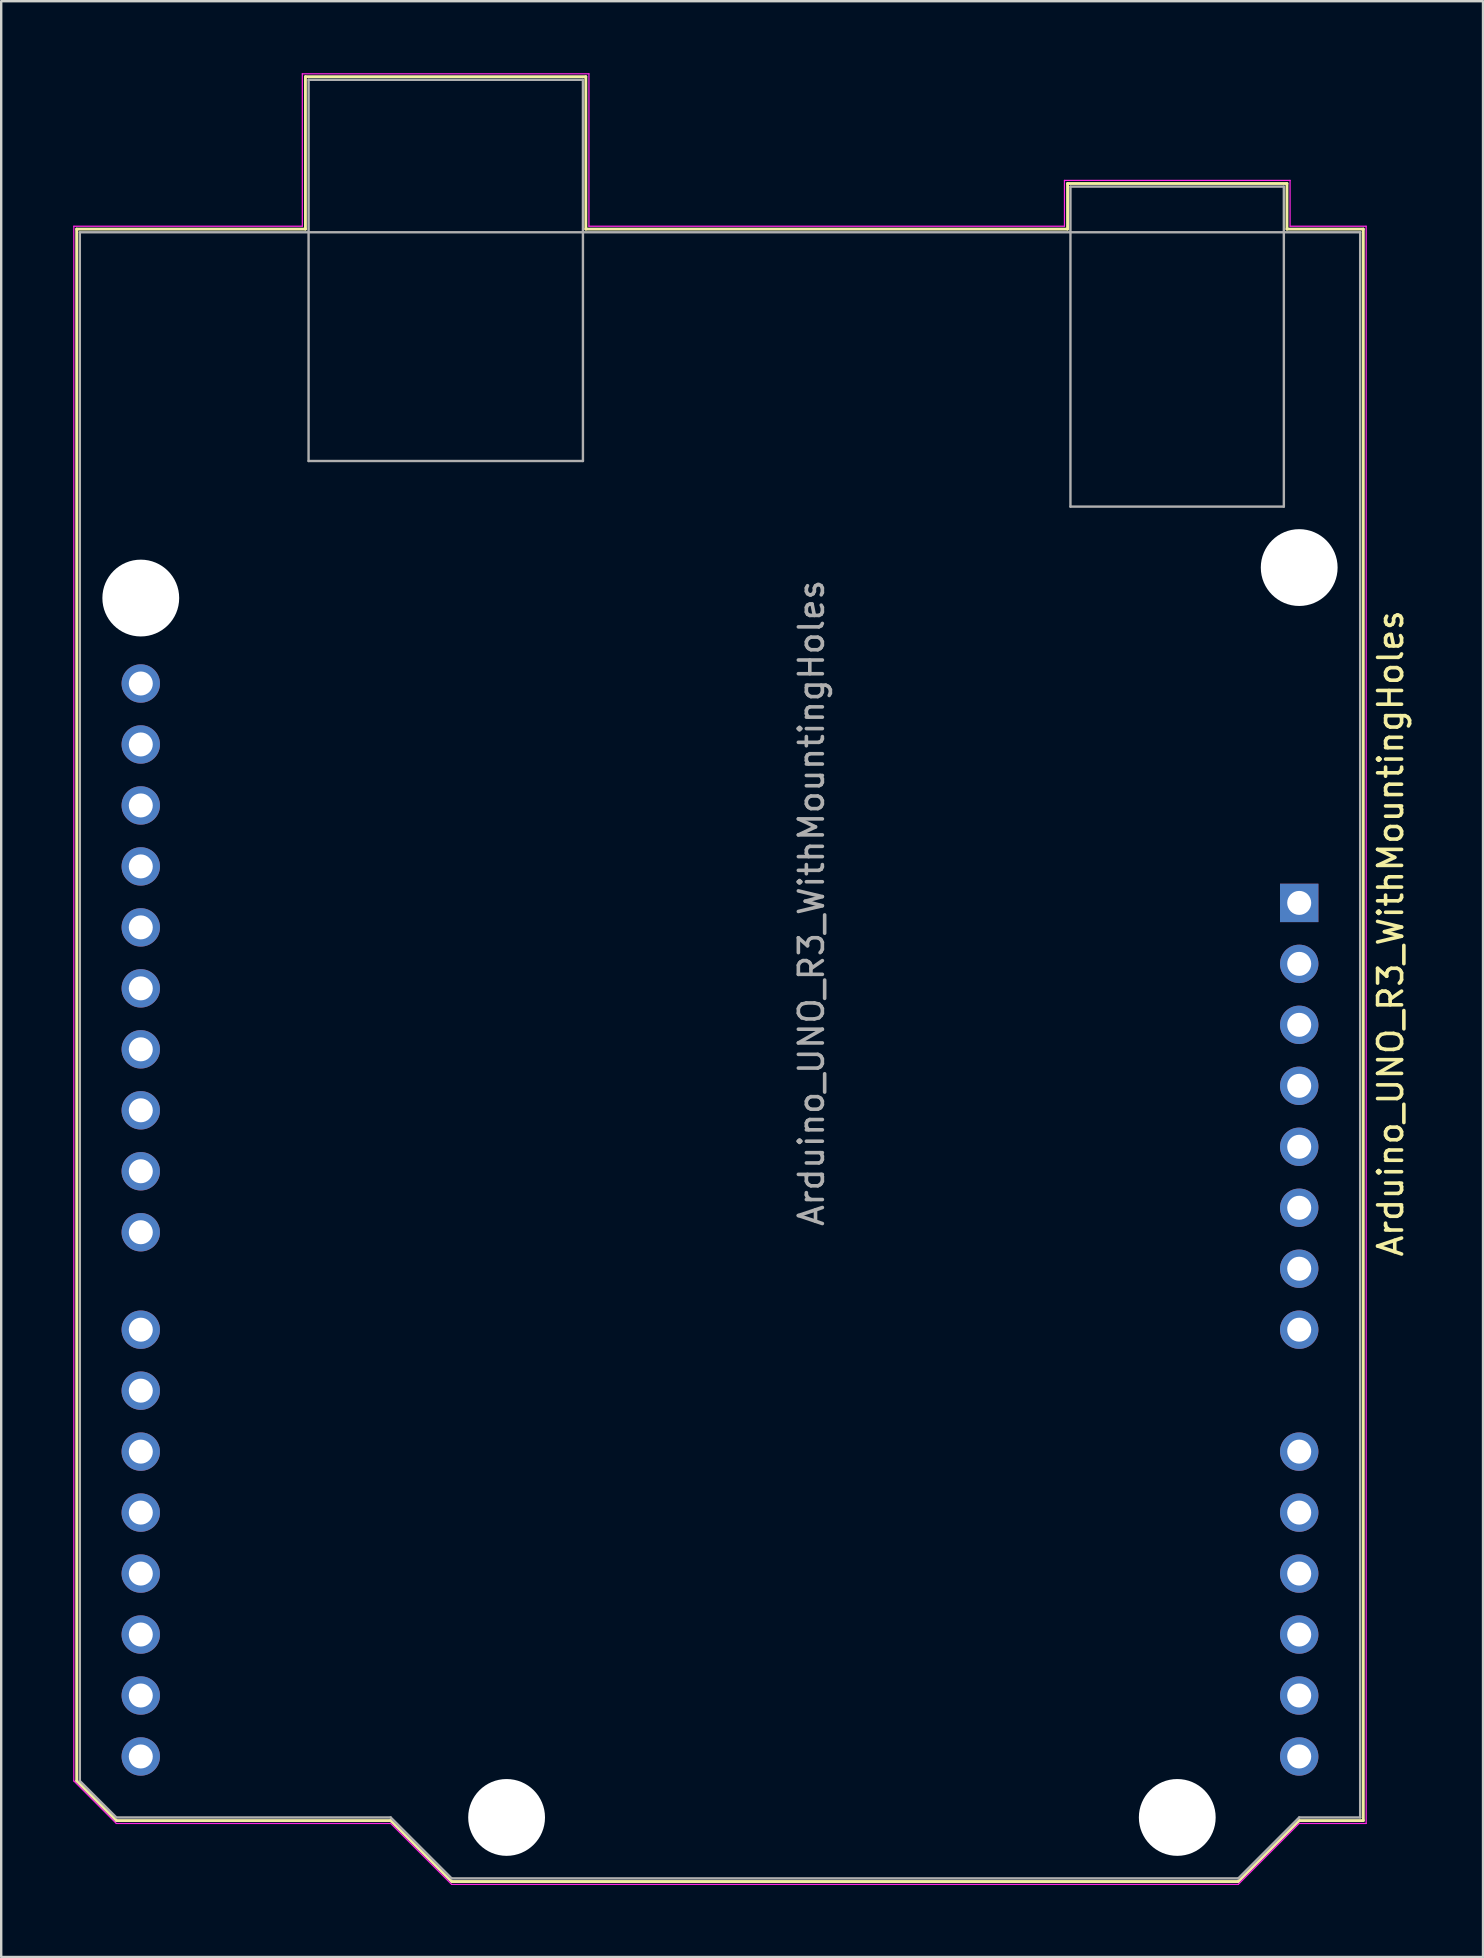
<source format=kicad_pcb>
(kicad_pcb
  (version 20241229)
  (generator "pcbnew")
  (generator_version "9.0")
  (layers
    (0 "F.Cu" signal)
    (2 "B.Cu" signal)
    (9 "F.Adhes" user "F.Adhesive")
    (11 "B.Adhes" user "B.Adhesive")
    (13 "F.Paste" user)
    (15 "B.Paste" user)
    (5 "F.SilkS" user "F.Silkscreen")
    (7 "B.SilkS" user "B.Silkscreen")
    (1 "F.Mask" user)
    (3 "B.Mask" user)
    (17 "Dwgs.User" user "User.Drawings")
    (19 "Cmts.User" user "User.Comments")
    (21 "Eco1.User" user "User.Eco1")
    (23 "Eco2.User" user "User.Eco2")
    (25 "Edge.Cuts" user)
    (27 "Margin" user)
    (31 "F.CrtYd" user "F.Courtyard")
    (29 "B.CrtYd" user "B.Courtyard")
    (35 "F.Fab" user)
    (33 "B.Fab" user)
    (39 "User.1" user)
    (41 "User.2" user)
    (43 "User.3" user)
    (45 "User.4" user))
  (footprint "Arduino_UNO_R3_WithMountingHoles"
    (layer "F.Cu")
    (at 24.575 14.565)
    (property "Reference" "Arduino_UNO_R3_WithMountingHoles" (at 30.31 21.27 90) (layer "F.SilkS") (effects (font (size 1 1) (thickness 0.15))))
    (attr through_hole)
    (fp_line (start -24.43 -8.07) (end -24.43 56.58) (stroke (width 0.12) (type solid)) (layer "F.SilkS"))
    (fp_line (start -24.43 56.58) (end -22.78 58.23) (stroke (width 0.12) (type solid)) (layer "F.SilkS"))
    (fp_line (start -22.78 58.23) (end -11.35 58.23) (stroke (width 0.12) (type solid)) (layer "F.SilkS"))
    (fp_line (start -14.9 -14.42) (end -14.9 -8.07) (stroke (width 0.12) (type solid)) (layer "F.SilkS"))
    (fp_line (start -14.9 -8.07) (end -24.43 -8.07) (stroke (width 0.12) (type solid)) (layer "F.SilkS"))
    (fp_line (start -11.35 58.23) (end -8.81 60.77) (stroke (width 0.12) (type solid)) (layer "F.SilkS"))
    (fp_line (start -8.81 60.77) (end 23.96 60.77) (stroke (width 0.12) (type solid)) (layer "F.SilkS"))
    (fp_line (start -3.22 -14.42) (end -14.9 -14.42) (stroke (width 0.12) (type solid)) (layer "F.SilkS"))
    (fp_line (start -3.22 -8.07) (end -3.22 -14.42) (stroke (width 0.12) (type solid)) (layer "F.SilkS"))
    (fp_line (start 16.85 -9.97) (end 16.85 -8.07) (stroke (width 0.12) (type solid)) (layer "F.SilkS"))
    (fp_line (start 16.85 -8.07) (end -3.22 -8.07) (stroke (width 0.12) (type solid)) (layer "F.SilkS"))
    (fp_line (start 23.96 60.77) (end 26.5 58.23) (stroke (width 0.12) (type solid)) (layer "F.SilkS"))
    (fp_line (start 25.99 -9.97) (end 16.85 -9.97) (stroke (width 0.12) (type solid)) (layer "F.SilkS"))
    (fp_line (start 25.99 -8.07) (end 25.99 -9.97) (stroke (width 0.12) (type solid)) (layer "F.SilkS"))
    (fp_line (start 26.5 58.23) (end 29.17 58.23) (stroke (width 0.12) (type solid)) (layer "F.SilkS"))
    (fp_line (start 29.17 -8.07) (end 25.99 -8.07) (stroke (width 0.12) (type solid)) (layer "F.SilkS"))
    (fp_line (start 29.17 58.23) (end 29.17 -8.07) (stroke (width 0.12) (type solid)) (layer "F.SilkS"))
    (fp_line (start -24.55 -8.19) (end -15.03 -8.19) (stroke (width 0.05) (type solid)) (layer "F.CrtYd"))
    (fp_line (start -24.55 56.58) (end -24.55 -8.19) (stroke (width 0.05) (type solid)) (layer "F.CrtYd"))
    (fp_line (start -22.78 58.35) (end -24.55 56.58) (stroke (width 0.05) (type solid)) (layer "F.CrtYd"))
    (fp_line (start -15.03 -14.54) (end -3.09 -14.54) (stroke (width 0.05) (type solid)) (layer "F.CrtYd"))
    (fp_line (start -15.03 -8.19) (end -15.03 -14.54) (stroke (width 0.05) (type solid)) (layer "F.CrtYd"))
    (fp_line (start -11.35 58.35) (end -22.78 58.35) (stroke (width 0.05) (type solid)) (layer "F.CrtYd"))
    (fp_line (start -8.81 60.89) (end -11.35 58.35) (stroke (width 0.05) (type solid)) (layer "F.CrtYd"))
    (fp_line (start -3.09 -14.54) (end -3.09 -8.19) (stroke (width 0.05) (type solid)) (layer "F.CrtYd"))
    (fp_line (start -3.09 -8.19) (end 16.72 -8.19) (stroke (width 0.05) (type solid)) (layer "F.CrtYd"))
    (fp_line (start 16.72 -10.1) (end 26.12 -10.1) (stroke (width 0.05) (type solid)) (layer "F.CrtYd"))
    (fp_line (start 16.72 -8.19) (end 16.72 -10.1) (stroke (width 0.05) (type solid)) (layer "F.CrtYd"))
    (fp_line (start 23.96 60.89) (end -8.81 60.89) (stroke (width 0.05) (type solid)) (layer "F.CrtYd"))
    (fp_line (start 26.12 -10.1) (end 26.12 -8.19) (stroke (width 0.05) (type solid)) (layer "F.CrtYd"))
    (fp_line (start 26.12 -8.19) (end 29.29 -8.19) (stroke (width 0.05) (type solid)) (layer "F.CrtYd"))
    (fp_line (start 26.5 58.35) (end 23.96 60.89) (stroke (width 0.05) (type solid)) (layer "F.CrtYd"))
    (fp_line (start 29.29 -8.19) (end 29.29 58.35) (stroke (width 0.05) (type solid)) (layer "F.CrtYd"))
    (fp_line (start 29.29 58.35) (end 26.5 58.35) (stroke (width 0.05) (type solid)) (layer "F.CrtYd"))
    (fp_line (start -24.3 -7.94) (end 29.04 -7.94) (stroke (width 0.1) (type solid)) (layer "F.Fab"))
    (fp_line (start -24.3 56.58) (end -24.3 -7.94) (stroke (width 0.1) (type solid)) (layer "F.Fab"))
    (fp_line (start -22.78 58.1) (end -24.3 56.58) (stroke (width 0.1) (type solid)) (layer "F.Fab"))
    (fp_line (start -14.77 -14.29) (end -3.34 -14.29) (stroke (width 0.1) (type solid)) (layer "F.Fab"))
    (fp_line (start -14.77 1.59) (end -14.77 -14.29) (stroke (width 0.1) (type solid)) (layer "F.Fab"))
    (fp_line (start -11.35 58.1) (end -22.78 58.1) (stroke (width 0.1) (type solid)) (layer "F.Fab"))
    (fp_line (start -8.81 60.64) (end -11.35 58.1) (stroke (width 0.1) (type solid)) (layer "F.Fab"))
    (fp_line (start -3.34 -14.29) (end -3.34 1.59) (stroke (width 0.1) (type solid)) (layer "F.Fab"))
    (fp_line (start -3.34 1.59) (end -14.77 1.59) (stroke (width 0.1) (type solid)) (layer "F.Fab"))
    (fp_line (start 16.97 -9.84) (end 25.86 -9.84) (stroke (width 0.1) (type solid)) (layer "F.Fab"))
    (fp_line (start 16.97 3.49) (end 16.97 -9.84) (stroke (width 0.1) (type solid)) (layer "F.Fab"))
    (fp_line (start 23.96 60.64) (end -8.81 60.64) (stroke (width 0.1) (type solid)) (layer "F.Fab"))
    (fp_line (start 25.86 -9.84) (end 25.86 3.49) (stroke (width 0.1) (type solid)) (layer "F.Fab"))
    (fp_line (start 25.86 3.49) (end 16.97 3.49) (stroke (width 0.1) (type solid)) (layer "F.Fab"))
    (fp_line (start 26.5 58.1) (end 23.96 60.64) (stroke (width 0.1) (type solid)) (layer "F.Fab"))
    (fp_line (start 29.04 -7.94) (end 29.04 58.1) (stroke (width 0.1) (type solid)) (layer "F.Fab"))
    (fp_line (start 29.04 58.1) (end 26.5 58.1) (stroke (width 0.1) (type solid)) (layer "F.Fab"))
    (fp_text user "${REFERENCE}" (at 6.18 20 90) (layer "F.Fab") (effects (font (size 1 1) (thickness 0.15))))
    (pad "" np_thru_hole circle (at -21.76 7.3) (size 3.2 3.2) (drill 3.2) (layers "*.Cu" "*.Mask"))
    (pad "" np_thru_hole circle (at -6.52 58.1) (size 3.2 3.2) (drill 3.2) (layers "*.Cu" "*.Mask"))
    (pad "" np_thru_hole circle (at 21.42 58.1) (size 3.2 3.2) (drill 3.2) (layers "*.Cu" "*.Mask"))
    (pad "" np_thru_hole circle (at 26.5 6.03) (size 3.2 3.2) (drill 3.2) (layers "*.Cu" "*.Mask"))
    (pad "1" thru_hole rect (at 26.5 20) (size 1.6 1.6) (drill 1) (layers "*.Cu" "*.Mask"))
    (pad "2" thru_hole oval (at 26.5 22.54) (size 1.6 1.6) (drill 1) (layers "*.Cu" "*.Mask"))
    (pad "3" thru_hole oval (at 26.5 25.08) (size 1.6 1.6) (drill 1) (layers "*.Cu" "*.Mask"))
    (pad "4" thru_hole oval (at 26.5 27.62) (size 1.6 1.6) (drill 1) (layers "*.Cu" "*.Mask"))
    (pad "5" thru_hole oval (at 26.5 30.16) (size 1.6 1.6) (drill 1) (layers "*.Cu" "*.Mask"))
    (pad "6" thru_hole oval (at 26.5 32.7) (size 1.6 1.6) (drill 1) (layers "*.Cu" "*.Mask"))
    (pad "7" thru_hole oval (at 26.5 35.24) (size 1.6 1.6) (drill 1) (layers "*.Cu" "*.Mask"))
    (pad "8" thru_hole oval (at 26.5 37.78) (size 1.6 1.6) (drill 1) (layers "*.Cu" "*.Mask"))
    (pad "9" thru_hole oval (at 26.5 42.86) (size 1.6 1.6) (drill 1) (layers "*.Cu" "*.Mask"))
    (pad "10" thru_hole oval (at 26.5 45.4) (size 1.6 1.6) (drill 1) (layers "*.Cu" "*.Mask"))
    (pad "11" thru_hole oval (at 26.5 47.94) (size 1.6 1.6) (drill 1) (layers "*.Cu" "*.Mask"))
    (pad "12" thru_hole oval (at 26.5 50.48) (size 1.6 1.6) (drill 1) (layers "*.Cu" "*.Mask"))
    (pad "13" thru_hole oval (at 26.5 53.02) (size 1.6 1.6) (drill 1) (layers "*.Cu" "*.Mask"))
    (pad "14" thru_hole oval (at 26.5 55.56) (size 1.6 1.6) (drill 1) (layers "*.Cu" "*.Mask"))
    (pad "15" thru_hole oval (at -21.76 55.56) (size 1.6 1.6) (drill 1) (layers "*.Cu" "*.Mask"))
    (pad "16" thru_hole oval (at -21.76 53.02) (size 1.6 1.6) (drill 1) (layers "*.Cu" "*.Mask"))
    (pad "17" thru_hole oval (at -21.76 50.48) (size 1.6 1.6) (drill 1) (layers "*.Cu" "*.Mask"))
    (pad "18" thru_hole oval (at -21.76 47.94) (size 1.6 1.6) (drill 1) (layers "*.Cu" "*.Mask"))
    (pad "19" thru_hole oval (at -21.76 45.4) (size 1.6 1.6) (drill 1) (layers "*.Cu" "*.Mask"))
    (pad "20" thru_hole oval (at -21.76 42.86) (size 1.6 1.6) (drill 1) (layers "*.Cu" "*.Mask"))
    (pad "21" thru_hole oval (at -21.76 40.32) (size 1.6 1.6) (drill 1) (layers "*.Cu" "*.Mask"))
    (pad "22" thru_hole oval (at -21.76 37.78) (size 1.6 1.6) (drill 1) (layers "*.Cu" "*.Mask"))
    (pad "23" thru_hole oval (at -21.76 33.72) (size 1.6 1.6) (drill 1) (layers "*.Cu" "*.Mask"))
    (pad "24" thru_hole oval (at -21.76 31.18) (size 1.6 1.6) (drill 1) (layers "*.Cu" "*.Mask"))
    (pad "25" thru_hole oval (at -21.76 28.64) (size 1.6 1.6) (drill 1) (layers "*.Cu" "*.Mask"))
    (pad "26" thru_hole oval (at -21.76 26.1) (size 1.6 1.6) (drill 1) (layers "*.Cu" "*.Mask"))
    (pad "27" thru_hole oval (at -21.76 23.56) (size 1.6 1.6) (drill 1) (layers "*.Cu" "*.Mask"))
    (pad "28" thru_hole oval (at -21.76 21.02) (size 1.6 1.6) (drill 1) (layers "*.Cu" "*.Mask"))
    (pad "29" thru_hole oval (at -21.76 18.48) (size 1.6 1.6) (drill 1) (layers "*.Cu" "*.Mask"))
    (pad "30" thru_hole oval (at -21.76 15.94) (size 1.6 1.6) (drill 1) (layers "*.Cu" "*.Mask"))
    (pad "31" thru_hole oval (at -21.76 13.4) (size 1.6 1.6) (drill 1) (layers "*.Cu" "*.Mask"))
    (pad "32" thru_hole oval (at -21.76 10.86) (size 1.6 1.6) (drill 1) (layers "*.Cu" "*.Mask")))
  (gr_rect
    (start -3 -3)
    (end 58.733 78.48)
    (stroke (width 0.1) (type default))
    (fill no)
    (layer "Edge.Cuts")))
</source>
